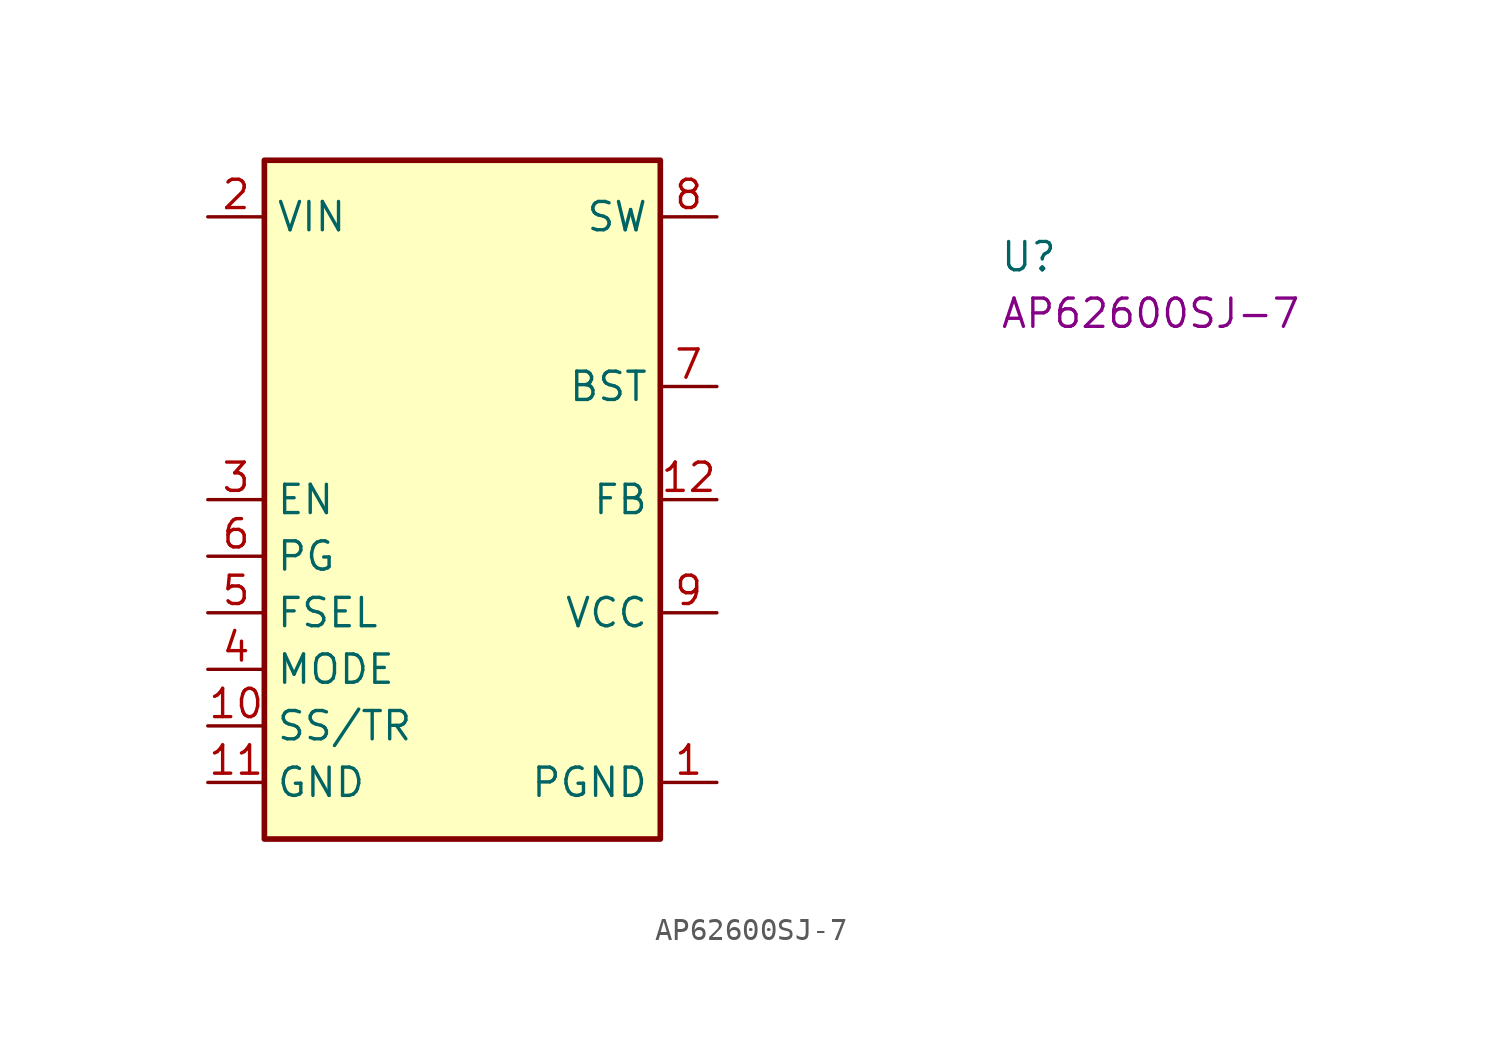
<source format=kicad_sym>
(kicad_symbol_lib
  (version 20220914)
  (generator kicad_symbol_editor)
  (symbol "AP62600SJ-7"
    (property "Reference" "U"
      (at 35.56 -2.54 0)
      (effects (font (size 1.27 1.27) (thickness 0.15)) (justify left bottom)))
    (property "MPN" "AP62600SJ-7"
      (at 35.56 -5.08 0)
      (effects (font (size 1.27 1.27) (thickness 0.15)) (justify left bottom)))
    (symbol "AP62600SJ-7_1_1"
      (rectangle (start 2.54 2.54) (end 20.32 -27.94) (stroke (width 0.254) (type default)) (fill (type background)))
      (pin passive line (at 22.86 -25.4 180) (length 2.54) (name "PGND" (effects (font (size 1.27 1.27)))) (number "1" (effects (font (size 1.27 1.27)))))
      (pin input line (at 0 -22.86 0) (length 2.54) (name "SS/TR" (effects (font (size 1.27 1.27)))) (number "10" (effects (font (size 1.27 1.27)))))
      (pin passive line (at 0 -25.4 0) (length 2.54) (name "GND" (effects (font (size 1.27 1.27)))) (number "11" (effects (font (size 1.27 1.27)))))
      (pin input line (at 22.86 -12.7 180) (length 2.54) (name "FB" (effects (font (size 1.27 1.27)))) (number "12" (effects (font (size 1.27 1.27)))))
      (pin power_in line (at 0 0 0) (length 2.54) (name "VIN" (effects (font (size 1.27 1.27)))) (number "2" (effects (font (size 1.27 1.27)))))
      (pin input line (at 0 -12.7 0) (length 2.54) (name "EN" (effects (font (size 1.27 1.27)))) (number "3" (effects (font (size 1.27 1.27)))))
      (pin input line (at 0 -20.32 0) (length 2.54) (name "MODE" (effects (font (size 1.27 1.27)))) (number "4" (effects (font (size 1.27 1.27)))))
      (pin input line (at 0 -17.78 0) (length 2.54) (name "FSEL" (effects (font (size 1.27 1.27)))) (number "5" (effects (font (size 1.27 1.27)))))
      (pin open_collector line (at 0 -15.24 0) (length 2.54) (name "PG" (effects (font (size 1.27 1.27)))) (number "6" (effects (font (size 1.27 1.27)))))
      (pin input line (at 22.86 -7.62 180) (length 2.54) (name "BST" (effects (font (size 1.27 1.27)))) (number "7" (effects (font (size 1.27 1.27)))))
      (pin output line (at 22.86 0 180) (length 2.54) (name "SW" (effects (font (size 1.27 1.27)))) (number "8" (effects (font (size 1.27 1.27)))))
      (pin input line (at 22.86 -17.78 180) (length 2.54) (name "VCC" (effects (font (size 1.27 1.27)))) (number "9" (effects (font (size 1.27 1.27))))))))
</source>
